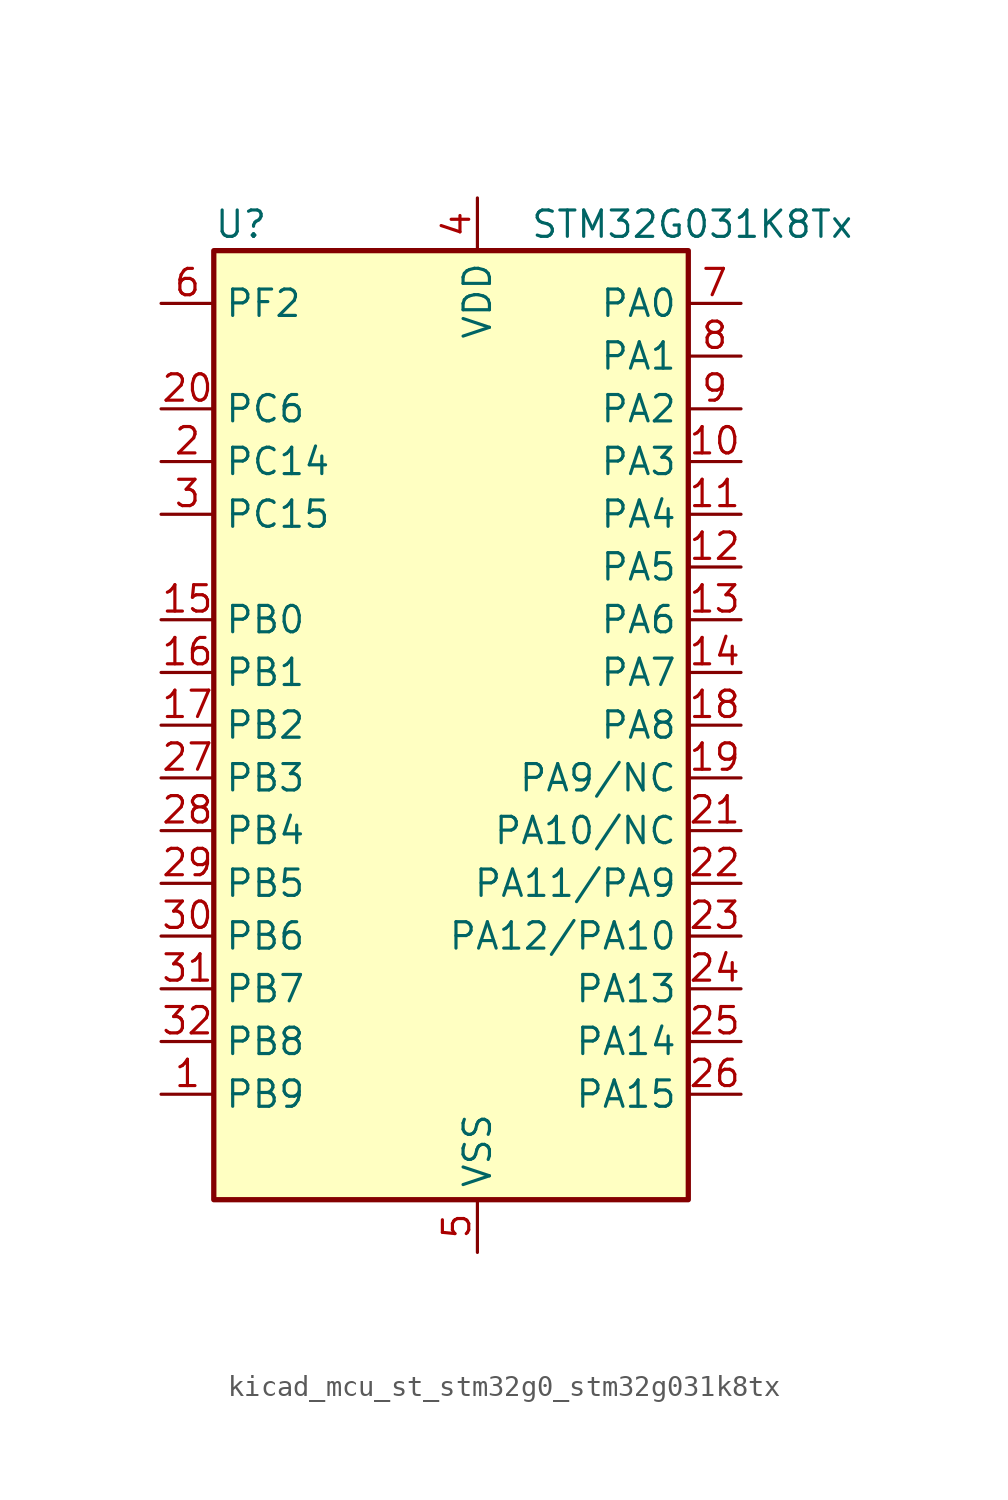
<source format=kicad_sym>
(kicad_symbol_lib
  (version 20220914)
  (generator kicad_symbol_editor)
  (symbol "kicad_mcu_st_stm32g0_stm32g031k8tx"
    (property "Reference" "U"
      (at -10.16 24.13 0)
      (effects (font (size 1.27 1.27)) (justify left)))
    (property "Value" "STM32G031K8Tx"
      (at 5.08 24.13 0)
      (effects (font (size 1.27 1.27)) (justify left)))
    (property "ki_locked" ""
      (at 0 0 0)
      (effects (font (size 1.27 1.27))))
    (symbol "kicad_mcu_st_stm32g0_stm32g031k8tx_0_1"
      (rectangle (start -10.16 -22.86) (end 12.7 22.86) (stroke (width 0.254) (type default)) (fill (type background))))
    (symbol "kicad_mcu_st_stm32g0_stm32g031k8tx_1_1"
      (pin bidirectional line (at -12.7 -17.78 0) (length 2.54) (name "PB9" (effects (font (size 1.27 1.27)))) (number "1" (effects (font (size 1.27 1.27)))) (alternate "I2C1_SDA" bidirectional line) (alternate "IR_OUT" bidirectional line) (alternate "SPI2_NSS" bidirectional line) (alternate "TIM17_CH1" bidirectional line))
      (pin bidirectional line (at 15.24 12.7 180) (length 2.54) (name "PA3" (effects (font (size 1.27 1.27)))) (number "10" (effects (font (size 1.27 1.27)))) (alternate "ADC1_IN3" bidirectional line) (alternate "LPUART1_RX" bidirectional line) (alternate "SPI2_MISO" bidirectional line) (alternate "TIM2_CH4" bidirectional line) (alternate "USART2_RX" bidirectional line))
      (pin bidirectional line (at 15.24 10.16 180) (length 2.54) (name "PA4" (effects (font (size 1.27 1.27)))) (number "11" (effects (font (size 1.27 1.27)))) (alternate "ADC1_IN4" bidirectional line) (alternate "I2S1_WS" bidirectional line) (alternate "LPTIM2_OUT" bidirectional line) (alternate "RTC_OUT_ALARM" bidirectional line) (alternate "RTC_OUT_CALIB" bidirectional line) (alternate "RTC_TAMP_IN1" bidirectional line) (alternate "RTC_TS" bidirectional line) (alternate "SPI1_NSS" bidirectional line) (alternate "SPI2_MOSI" bidirectional line) (alternate "SYS_WKUP2" bidirectional line) (alternate "TIM14_CH1" bidirectional line))
      (pin bidirectional line (at 15.24 7.62 180) (length 2.54) (name "PA5" (effects (font (size 1.27 1.27)))) (number "12" (effects (font (size 1.27 1.27)))) (alternate "ADC1_IN5" bidirectional line) (alternate "I2S1_CK" bidirectional line) (alternate "LPTIM2_ETR" bidirectional line) (alternate "SPI1_SCK" bidirectional line) (alternate "TIM2_CH1" bidirectional line) (alternate "TIM2_ETR" bidirectional line))
      (pin bidirectional line (at 15.24 5.08 180) (length 2.54) (name "PA6" (effects (font (size 1.27 1.27)))) (number "13" (effects (font (size 1.27 1.27)))) (alternate "ADC1_IN6" bidirectional line) (alternate "I2S1_MCK" bidirectional line) (alternate "LPUART1_CTS" bidirectional line) (alternate "SPI1_MISO" bidirectional line) (alternate "TIM16_CH1" bidirectional line) (alternate "TIM1_BK" bidirectional line) (alternate "TIM3_CH1" bidirectional line))
      (pin bidirectional line (at 15.24 2.54 180) (length 2.54) (name "PA7" (effects (font (size 1.27 1.27)))) (number "14" (effects (font (size 1.27 1.27)))) (alternate "ADC1_IN7" bidirectional line) (alternate "I2S1_SD" bidirectional line) (alternate "SPI1_MOSI" bidirectional line) (alternate "TIM14_CH1" bidirectional line) (alternate "TIM17_CH1" bidirectional line) (alternate "TIM1_CH1N" bidirectional line) (alternate "TIM3_CH2" bidirectional line))
      (pin bidirectional line (at -12.7 5.08 0) (length 2.54) (name "PB0" (effects (font (size 1.27 1.27)))) (number "15" (effects (font (size 1.27 1.27)))) (alternate "ADC1_IN8" bidirectional line) (alternate "I2S1_WS" bidirectional line) (alternate "LPTIM1_OUT" bidirectional line) (alternate "SPI1_NSS" bidirectional line) (alternate "TIM1_CH2N" bidirectional line) (alternate "TIM3_CH3" bidirectional line))
      (pin bidirectional line (at -12.7 2.54 0) (length 2.54) (name "PB1" (effects (font (size 1.27 1.27)))) (number "16" (effects (font (size 1.27 1.27)))) (alternate "ADC1_IN9" bidirectional line) (alternate "LPTIM2_IN1" bidirectional line) (alternate "LPUART1_DE" bidirectional line) (alternate "LPUART1_RTS" bidirectional line) (alternate "TIM14_CH1" bidirectional line) (alternate "TIM1_CH3N" bidirectional line) (alternate "TIM3_CH4" bidirectional line))
      (pin bidirectional line (at -12.7 0 0) (length 2.54) (name "PB2" (effects (font (size 1.27 1.27)))) (number "17" (effects (font (size 1.27 1.27)))) (alternate "ADC1_IN10" bidirectional line) (alternate "LPTIM1_OUT" bidirectional line) (alternate "SPI2_MISO" bidirectional line))
      (pin bidirectional line (at 15.24 0 180) (length 2.54) (name "PA8" (effects (font (size 1.27 1.27)))) (number "18" (effects (font (size 1.27 1.27)))) (alternate "LPTIM2_OUT" bidirectional line) (alternate "RCC_MCO" bidirectional line) (alternate "SPI2_NSS" bidirectional line) (alternate "TIM1_CH1" bidirectional line))
      (pin bidirectional line (at 15.24 -2.54 180) (length 2.54) (name "PA9/NC" (effects (font (size 1.27 1.27)))) (number "19" (effects (font (size 1.27 1.27)))) (alternate "I2C1_SCL" bidirectional line) (alternate "RCC_MCO" bidirectional line) (alternate "SPI2_MISO" bidirectional line) (alternate "TIM1_CH2" bidirectional line) (alternate "USART1_TX" bidirectional line))
      (pin bidirectional line (at -12.7 12.7 0) (length 2.54) (name "PC14" (effects (font (size 1.27 1.27)))) (number "2" (effects (font (size 1.27 1.27)))) (alternate "RCC_OSC32_IN" bidirectional line) (alternate "RCC_OSC_IN" bidirectional line) (alternate "TIM1_BK2" bidirectional line))
      (pin bidirectional line (at -12.7 15.24 0) (length 2.54) (name "PC6" (effects (font (size 1.27 1.27)))) (number "20" (effects (font (size 1.27 1.27)))) (alternate "TIM2_CH3" bidirectional line) (alternate "TIM3_CH1" bidirectional line))
      (pin bidirectional line (at 15.24 -5.08 180) (length 2.54) (name "PA10/NC" (effects (font (size 1.27 1.27)))) (number "21" (effects (font (size 1.27 1.27)))) (alternate "I2C1_SDA" bidirectional line) (alternate "SPI2_MOSI" bidirectional line) (alternate "TIM17_BK" bidirectional line) (alternate "TIM1_CH3" bidirectional line) (alternate "USART1_RX" bidirectional line))
      (pin bidirectional line (at 15.24 -7.62 180) (length 2.54) (name "PA11/PA9" (effects (font (size 1.27 1.27)))) (number "22" (effects (font (size 1.27 1.27)))) (alternate "ADC1_EXTI11" bidirectional line) (alternate "ADC1_IN15" bidirectional line) (alternate "I2C2_SCL" bidirectional line) (alternate "I2S1_MCK" bidirectional line) (alternate "SPI1_MISO" bidirectional line) (alternate "TIM1_BK2" bidirectional line) (alternate "TIM1_CH4" bidirectional line) (alternate "USART1_CTS" bidirectional line) (alternate "USART1_NSS" bidirectional line))
      (pin bidirectional line (at 15.24 -10.16 180) (length 2.54) (name "PA12/PA10" (effects (font (size 1.27 1.27)))) (number "23" (effects (font (size 1.27 1.27)))) (alternate "ADC1_IN16" bidirectional line) (alternate "I2C2_SDA" bidirectional line) (alternate "I2S1_SD" bidirectional line) (alternate "I2S_CKIN" bidirectional line) (alternate "SPI1_MOSI" bidirectional line) (alternate "TIM1_ETR" bidirectional line) (alternate "USART1_CK" bidirectional line) (alternate "USART1_DE" bidirectional line) (alternate "USART1_RTS" bidirectional line))
      (pin bidirectional line (at 15.24 -12.7 180) (length 2.54) (name "PA13" (effects (font (size 1.27 1.27)))) (number "24" (effects (font (size 1.27 1.27)))) (alternate "ADC1_IN17" bidirectional line) (alternate "IR_OUT" bidirectional line) (alternate "SYS_SWDIO" bidirectional line))
      (pin bidirectional line (at 15.24 -15.24 180) (length 2.54) (name "PA14" (effects (font (size 1.27 1.27)))) (number "25" (effects (font (size 1.27 1.27)))) (alternate "ADC1_IN18" bidirectional line) (alternate "SYS_SWCLK" bidirectional line) (alternate "USART2_TX" bidirectional line))
      (pin bidirectional line (at 15.24 -17.78 180) (length 2.54) (name "PA15" (effects (font (size 1.27 1.27)))) (number "26" (effects (font (size 1.27 1.27)))) (alternate "I2S1_WS" bidirectional line) (alternate "SPI1_NSS" bidirectional line) (alternate "TIM2_CH1" bidirectional line) (alternate "TIM2_ETR" bidirectional line) (alternate "USART2_RX" bidirectional line))
      (pin bidirectional line (at -12.7 -2.54 0) (length 2.54) (name "PB3" (effects (font (size 1.27 1.27)))) (number "27" (effects (font (size 1.27 1.27)))) (alternate "I2S1_CK" bidirectional line) (alternate "SPI1_SCK" bidirectional line) (alternate "TIM1_CH2" bidirectional line) (alternate "TIM2_CH2" bidirectional line) (alternate "USART1_CK" bidirectional line) (alternate "USART1_DE" bidirectional line) (alternate "USART1_RTS" bidirectional line))
      (pin bidirectional line (at -12.7 -5.08 0) (length 2.54) (name "PB4" (effects (font (size 1.27 1.27)))) (number "28" (effects (font (size 1.27 1.27)))) (alternate "I2S1_MCK" bidirectional line) (alternate "SPI1_MISO" bidirectional line) (alternate "TIM17_BK" bidirectional line) (alternate "TIM3_CH1" bidirectional line) (alternate "USART1_CTS" bidirectional line) (alternate "USART1_NSS" bidirectional line))
      (pin bidirectional line (at -12.7 -7.62 0) (length 2.54) (name "PB5" (effects (font (size 1.27 1.27)))) (number "29" (effects (font (size 1.27 1.27)))) (alternate "I2C1_SMBA" bidirectional line) (alternate "I2S1_SD" bidirectional line) (alternate "LPTIM1_IN1" bidirectional line) (alternate "SPI1_MOSI" bidirectional line) (alternate "SYS_WKUP6" bidirectional line) (alternate "TIM16_BK" bidirectional line) (alternate "TIM3_CH2" bidirectional line))
      (pin bidirectional line (at -12.7 10.16 0) (length 2.54) (name "PC15" (effects (font (size 1.27 1.27)))) (number "3" (effects (font (size 1.27 1.27)))) (alternate "RCC_OSC32_EN" bidirectional line) (alternate "RCC_OSC32_OUT" bidirectional line) (alternate "RCC_OSC_EN" bidirectional line))
      (pin bidirectional line (at -12.7 -10.16 0) (length 2.54) (name "PB6" (effects (font (size 1.27 1.27)))) (number "30" (effects (font (size 1.27 1.27)))) (alternate "I2C1_SCL" bidirectional line) (alternate "LPTIM1_ETR" bidirectional line) (alternate "SPI2_MISO" bidirectional line) (alternate "TIM16_CH1N" bidirectional line) (alternate "TIM1_CH3" bidirectional line) (alternate "USART1_TX" bidirectional line))
      (pin bidirectional line (at -12.7 -12.7 0) (length 2.54) (name "PB7" (effects (font (size 1.27 1.27)))) (number "31" (effects (font (size 1.27 1.27)))) (alternate "ADC1_IN11" bidirectional line) (alternate "I2C1_SDA" bidirectional line) (alternate "LPTIM1_IN2" bidirectional line) (alternate "SPI2_MOSI" bidirectional line) (alternate "SYS_PVD_IN" bidirectional line) (alternate "TIM17_CH1N" bidirectional line) (alternate "USART1_RX" bidirectional line))
      (pin bidirectional line (at -12.7 -15.24 0) (length 2.54) (name "PB8" (effects (font (size 1.27 1.27)))) (number "32" (effects (font (size 1.27 1.27)))) (alternate "I2C1_SCL" bidirectional line) (alternate "SPI2_SCK" bidirectional line) (alternate "TIM16_CH1" bidirectional line))
      (pin power_in line (at 2.54 25.4 270) (length 2.54) (name "VDD" (effects (font (size 1.27 1.27)))) (number "4" (effects (font (size 1.27 1.27)))))
      (pin power_in line (at 2.54 -25.4 90) (length 2.54) (name "VSS" (effects (font (size 1.27 1.27)))) (number "5" (effects (font (size 1.27 1.27)))))
      (pin bidirectional line (at -12.7 20.32 0) (length 2.54) (name "PF2" (effects (font (size 1.27 1.27)))) (number "6" (effects (font (size 1.27 1.27)))) (alternate "RCC_MCO" bidirectional line))
      (pin bidirectional line (at 15.24 20.32 180) (length 2.54) (name "PA0" (effects (font (size 1.27 1.27)))) (number "7" (effects (font (size 1.27 1.27)))) (alternate "ADC1_IN0" bidirectional line) (alternate "LPTIM1_OUT" bidirectional line) (alternate "RTC_TAMP_IN2" bidirectional line) (alternate "SPI2_SCK" bidirectional line) (alternate "SYS_WKUP1" bidirectional line) (alternate "TIM2_CH1" bidirectional line) (alternate "TIM2_ETR" bidirectional line) (alternate "USART2_CTS" bidirectional line) (alternate "USART2_NSS" bidirectional line))
      (pin bidirectional line (at 15.24 17.78 180) (length 2.54) (name "PA1" (effects (font (size 1.27 1.27)))) (number "8" (effects (font (size 1.27 1.27)))) (alternate "ADC1_IN1" bidirectional line) (alternate "I2C1_SMBA" bidirectional line) (alternate "I2S1_CK" bidirectional line) (alternate "SPI1_SCK" bidirectional line) (alternate "TIM2_CH2" bidirectional line) (alternate "USART2_CK" bidirectional line) (alternate "USART2_DE" bidirectional line) (alternate "USART2_RTS" bidirectional line))
      (pin bidirectional line (at 15.24 15.24 180) (length 2.54) (name "PA2" (effects (font (size 1.27 1.27)))) (number "9" (effects (font (size 1.27 1.27)))) (alternate "ADC1_IN2" bidirectional line) (alternate "I2S1_SD" bidirectional line) (alternate "LPUART1_TX" bidirectional line) (alternate "RCC_LSCO" bidirectional line) (alternate "SPI1_MOSI" bidirectional line) (alternate "SYS_WKUP4" bidirectional line) (alternate "TIM2_CH3" bidirectional line) (alternate "USART2_TX" bidirectional line)))))
</source>
